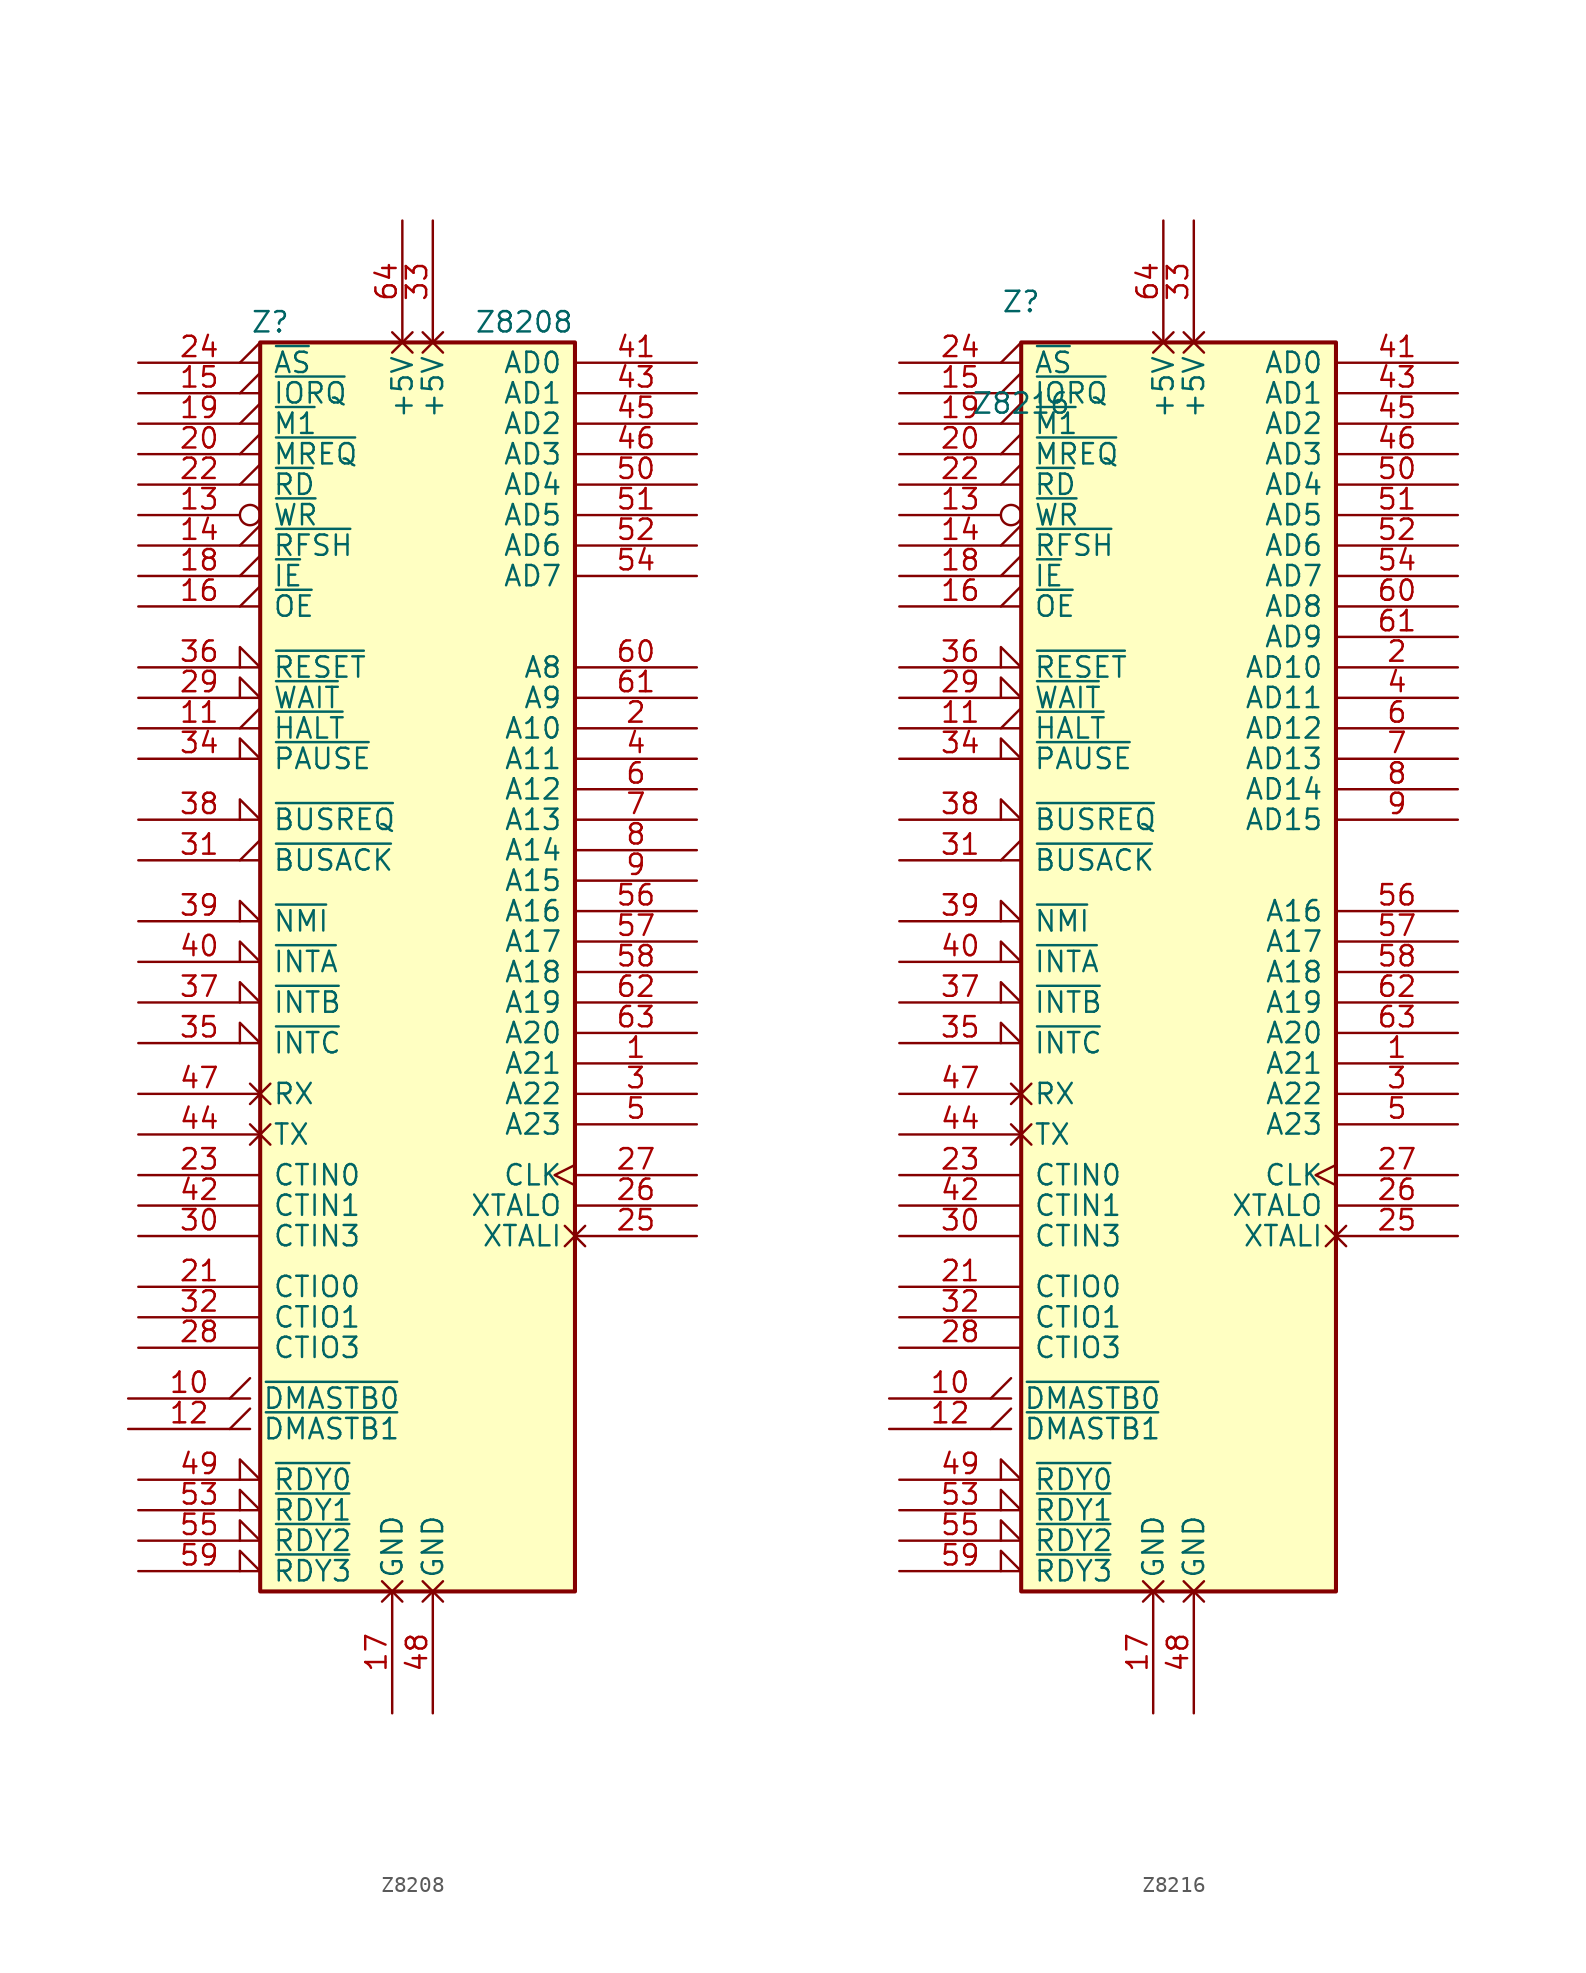
<source format=kicad_sym>
(kicad_symbol_lib
  (version 20211014)
  (generator kicad_symbol_editor)
  (symbol "Z8208"
    (pin_names
      (offset 0.762))
    (property "Reference" "Z"
      (at 0.635 1.27 0)
      (effects (font (size 1.27 1.27))))
    (property "Value" "Z8208"
      (at 16.51 1.27 0)
      (effects (font (size 1.27 1.27))))
    (symbol "Z8208_0_1"
      (rectangle (start 0 0) (end 19.685 -78.105) (stroke (width 0.254) (type default) (color 0 0 0 0)) (fill (type background))))
    (symbol "Z8208_1_1"
      (pin output line (at 27.305 -45.085 180) (length 7.62) (name "A21" (effects (font (size 1.27 1.27)))) (number "1" (effects (font (size 1.27 1.27)))))
      (pin output output_low (at -8.255 -66.04 0) (length 7.62) (name "~{DMASTB0}" (effects (font (size 1.27 1.27)))) (number "10" (effects (font (size 1.27 1.27)))))
      (pin output output_low (at -7.62 -24.13 0) (length 7.62) (name "~{HALT}" (effects (font (size 1.27 1.27)))) (number "11" (effects (font (size 1.27 1.27)))))
      (pin output output_low (at -8.255 -67.945 0) (length 7.62) (name "~{DMASTB1}" (effects (font (size 1.27 1.27)))) (number "12" (effects (font (size 1.27 1.27)))))
      (pin output inverted (at -7.62 -10.795 0) (length 7.62) (name "~{WR}" (effects (font (size 1.27 1.27)))) (number "13" (effects (font (size 1.27 1.27)))))
      (pin output output_low (at -7.62 -12.7 0) (length 7.62) (name "~{RFSH}" (effects (font (size 1.27 1.27)))) (number "14" (effects (font (size 1.27 1.27)))))
      (pin output output_low (at -7.62 -3.175 0) (length 7.62) (name "~{IORQ}" (effects (font (size 1.27 1.27)))) (number "15" (effects (font (size 1.27 1.27)))))
      (pin output output_low (at -7.62 -16.51 0) (length 7.62) (name "~{OE}" (effects (font (size 1.27 1.27)))) (number "16" (effects (font (size 1.27 1.27)))))
      (pin power_in non_logic (at 8.255 -85.725 90) (length 7.62) (name "GND" (effects (font (size 1.27 1.27)))) (number "17" (effects (font (size 1.27 1.27)))))
      (pin output output_low (at -7.62 -14.605 0) (length 7.62) (name "~{IE}" (effects (font (size 1.27 1.27)))) (number "18" (effects (font (size 1.27 1.27)))))
      (pin output output_low (at -7.62 -5.08 0) (length 7.62) (name "~{M1}" (effects (font (size 1.27 1.27)))) (number "19" (effects (font (size 1.27 1.27)))))
      (pin output line (at 27.305 -24.13 180) (length 7.62) (name "A10" (effects (font (size 1.27 1.27)))) (number "2" (effects (font (size 1.27 1.27)))))
      (pin output output_low (at -7.62 -6.985 0) (length 7.62) (name "~{MREQ}" (effects (font (size 1.27 1.27)))) (number "20" (effects (font (size 1.27 1.27)))))
      (pin bidirectional line (at -7.62 -59.055 0) (length 7.62) (name "CTIO0" (effects (font (size 1.27 1.27)))) (number "21" (effects (font (size 1.27 1.27)))))
      (pin output output_low (at -7.62 -8.89 0) (length 7.62) (name "~{RD}" (effects (font (size 1.27 1.27)))) (number "22" (effects (font (size 1.27 1.27)))))
      (pin input line (at -7.62 -52.07 0) (length 7.62) (name "CTIN0" (effects (font (size 1.27 1.27)))) (number "23" (effects (font (size 1.27 1.27)))))
      (pin output output_low (at -7.62 -1.27 0) (length 7.62) (name "~{AS}" (effects (font (size 1.27 1.27)))) (number "24" (effects (font (size 1.27 1.27)))))
      (pin input non_logic (at 27.305 -55.88 180) (length 7.62) (name "XTALI" (effects (font (size 1.27 1.27)))) (number "25" (effects (font (size 1.27 1.27)))))
      (pin output line (at 27.305 -53.975 180) (length 7.62) (name "XTALO" (effects (font (size 1.27 1.27)))) (number "26" (effects (font (size 1.27 1.27)))))
      (pin output clock (at 27.305 -52.07 180) (length 7.62) (name "CLK" (effects (font (size 1.27 1.27)))) (number "27" (effects (font (size 1.27 1.27)))))
      (pin bidirectional line (at -7.62 -62.865 0) (length 7.62) (name "CTIO3" (effects (font (size 1.27 1.27)))) (number "28" (effects (font (size 1.27 1.27)))))
      (pin input input_low (at -7.62 -22.225 0) (length 7.62) (name "~{WAIT}" (effects (font (size 1.27 1.27)))) (number "29" (effects (font (size 1.27 1.27)))))
      (pin output line (at 27.305 -46.99 180) (length 7.62) (name "A22" (effects (font (size 1.27 1.27)))) (number "3" (effects (font (size 1.27 1.27)))))
      (pin input line (at -7.62 -55.88 0) (length 7.62) (name "CTIN3" (effects (font (size 1.27 1.27)))) (number "30" (effects (font (size 1.27 1.27)))))
      (pin output output_low (at -7.62 -32.385 0) (length 7.62) (name "~{BUSACK}" (effects (font (size 1.27 1.27)))) (number "31" (effects (font (size 1.27 1.27)))))
      (pin bidirectional line (at -7.62 -60.96 0) (length 7.62) (name "CTIO1" (effects (font (size 1.27 1.27)))) (number "32" (effects (font (size 1.27 1.27)))))
      (pin power_in non_logic (at 10.795 7.62 270) (length 7.62) (name "+5V" (effects (font (size 1.27 1.27)))) (number "33" (effects (font (size 1.27 1.27)))))
      (pin input input_low (at -7.62 -26.035 0) (length 7.62) (name "~{PAUSE}" (effects (font (size 1.27 1.27)))) (number "34" (effects (font (size 1.27 1.27)))))
      (pin input input_low (at -7.62 -43.815 0) (length 7.62) (name "~{INTC}" (effects (font (size 1.27 1.27)))) (number "35" (effects (font (size 1.27 1.27)))))
      (pin input input_low (at -7.62 -20.32 0) (length 7.62) (name "~{RESET}" (effects (font (size 1.27 1.27)))) (number "36" (effects (font (size 1.27 1.27)))))
      (pin input input_low (at -7.62 -41.275 0) (length 7.62) (name "~{INTB}" (effects (font (size 1.27 1.27)))) (number "37" (effects (font (size 1.27 1.27)))))
      (pin input input_low (at -7.62 -29.845 0) (length 7.62) (name "~{BUSREQ}" (effects (font (size 1.27 1.27)))) (number "38" (effects (font (size 1.27 1.27)))))
      (pin input input_low (at -7.62 -36.195 0) (length 7.62) (name "~{NMI}" (effects (font (size 1.27 1.27)))) (number "39" (effects (font (size 1.27 1.27)))))
      (pin output line (at 27.305 -26.035 180) (length 7.62) (name "A11" (effects (font (size 1.27 1.27)))) (number "4" (effects (font (size 1.27 1.27)))))
      (pin input input_low (at -7.62 -38.735 0) (length 7.62) (name "~{INTA}" (effects (font (size 1.27 1.27)))) (number "40" (effects (font (size 1.27 1.27)))))
      (pin bidirectional line (at 27.305 -1.27 180) (length 7.62) (name "AD0" (effects (font (size 1.27 1.27)))) (number "41" (effects (font (size 1.27 1.27)))))
      (pin input line (at -7.62 -53.975 0) (length 7.62) (name "CTIN1" (effects (font (size 1.27 1.27)))) (number "42" (effects (font (size 1.27 1.27)))))
      (pin bidirectional line (at 27.305 -3.175 180) (length 7.62) (name "AD1" (effects (font (size 1.27 1.27)))) (number "43" (effects (font (size 1.27 1.27)))))
      (pin output non_logic (at -7.62 -49.53 0) (length 7.62) (name "TX" (effects (font (size 1.27 1.27)))) (number "44" (effects (font (size 1.27 1.27)))))
      (pin bidirectional line (at 27.305 -5.08 180) (length 7.62) (name "AD2" (effects (font (size 1.27 1.27)))) (number "45" (effects (font (size 1.27 1.27)))))
      (pin bidirectional line (at 27.305 -6.985 180) (length 7.62) (name "AD3" (effects (font (size 1.27 1.27)))) (number "46" (effects (font (size 1.27 1.27)))))
      (pin input non_logic (at -7.62 -46.99 0) (length 7.62) (name "RX" (effects (font (size 1.27 1.27)))) (number "47" (effects (font (size 1.27 1.27)))))
      (pin power_in non_logic (at 10.795 -85.725 90) (length 7.62) (name "GND" (effects (font (size 1.27 1.27)))) (number "48" (effects (font (size 1.27 1.27)))))
      (pin input input_low (at -7.62 -71.12 0) (length 7.62) (name "~{RDY0}" (effects (font (size 1.27 1.27)))) (number "49" (effects (font (size 1.27 1.27)))))
      (pin output line (at 27.305 -48.895 180) (length 7.62) (name "A23" (effects (font (size 1.27 1.27)))) (number "5" (effects (font (size 1.27 1.27)))))
      (pin bidirectional line (at 27.305 -8.89 180) (length 7.62) (name "AD4" (effects (font (size 1.27 1.27)))) (number "50" (effects (font (size 1.27 1.27)))))
      (pin bidirectional line (at 27.305 -10.795 180) (length 7.62) (name "AD5" (effects (font (size 1.27 1.27)))) (number "51" (effects (font (size 1.27 1.27)))))
      (pin bidirectional line (at 27.305 -12.7 180) (length 7.62) (name "AD6" (effects (font (size 1.27 1.27)))) (number "52" (effects (font (size 1.27 1.27)))))
      (pin input input_low (at -7.62 -73.025 0) (length 7.62) (name "~{RDY1}" (effects (font (size 1.27 1.27)))) (number "53" (effects (font (size 1.27 1.27)))))
      (pin bidirectional line (at 27.305 -14.605 180) (length 7.62) (name "AD7" (effects (font (size 1.27 1.27)))) (number "54" (effects (font (size 1.27 1.27)))))
      (pin input input_low (at -7.62 -74.93 0) (length 7.62) (name "~{RDY2}" (effects (font (size 1.27 1.27)))) (number "55" (effects (font (size 1.27 1.27)))))
      (pin output line (at 27.305 -35.56 180) (length 7.62) (name "A16" (effects (font (size 1.27 1.27)))) (number "56" (effects (font (size 1.27 1.27)))))
      (pin output line (at 27.305 -37.465 180) (length 7.62) (name "A17" (effects (font (size 1.27 1.27)))) (number "57" (effects (font (size 1.27 1.27)))))
      (pin output line (at 27.305 -39.37 180) (length 7.62) (name "A18" (effects (font (size 1.27 1.27)))) (number "58" (effects (font (size 1.27 1.27)))))
      (pin input input_low (at -7.62 -76.835 0) (length 7.62) (name "~{RDY3}" (effects (font (size 1.27 1.27)))) (number "59" (effects (font (size 1.27 1.27)))))
      (pin output line (at 27.305 -27.94 180) (length 7.62) (name "A12" (effects (font (size 1.27 1.27)))) (number "6" (effects (font (size 1.27 1.27)))))
      (pin output line (at 27.305 -20.32 180) (length 7.62) (name "A8" (effects (font (size 1.27 1.27)))) (number "60" (effects (font (size 1.27 1.27)))))
      (pin output line (at 27.305 -22.225 180) (length 7.62) (name "A9" (effects (font (size 1.27 1.27)))) (number "61" (effects (font (size 1.27 1.27)))))
      (pin output line (at 27.305 -41.275 180) (length 7.62) (name "A19" (effects (font (size 1.27 1.27)))) (number "62" (effects (font (size 1.27 1.27)))))
      (pin output line (at 27.305 -43.18 180) (length 7.62) (name "A20" (effects (font (size 1.27 1.27)))) (number "63" (effects (font (size 1.27 1.27)))))
      (pin power_in non_logic (at 8.89 7.62 270) (length 7.62) (name "+5V" (effects (font (size 1.27 1.27)))) (number "64" (effects (font (size 1.27 1.27)))))
      (pin output line (at 27.305 -29.845 180) (length 7.62) (name "A13" (effects (font (size 1.27 1.27)))) (number "7" (effects (font (size 1.27 1.27)))))
      (pin output line (at 27.305 -31.75 180) (length 7.62) (name "A14" (effects (font (size 1.27 1.27)))) (number "8" (effects (font (size 1.27 1.27)))))
      (pin output line (at 27.305 -33.655 180) (length 7.62) (name "A15" (effects (font (size 1.27 1.27)))) (number "9" (effects (font (size 1.27 1.27)))))))
  (symbol "Z8216"
    (pin_names
      (offset 0.762))
    (property "Reference" "Z"
      (at 0 2.54 0)
      (effects (font (size 1.27 1.27))))
    (property "Value" "Z8216"
      (at 0 -3.81 0)
      (effects (font (size 1.27 1.27))))
    (symbol "Z8216_1_1"
      (rectangle (start 0 0) (end 19.685 -78.105) (stroke (width 0.254) (type default) (color 0 0 0 0)) (fill (type background)))
      (pin output line (at 27.305 -45.085 180) (length 7.62) (name "A21" (effects (font (size 1.27 1.27)))) (number "1" (effects (font (size 1.27 1.27)))))
      (pin output output_low (at -8.255 -66.04 0) (length 7.62) (name "~{DMASTB0}" (effects (font (size 1.27 1.27)))) (number "10" (effects (font (size 1.27 1.27)))))
      (pin output output_low (at -7.62 -24.13 0) (length 7.62) (name "~{HALT}" (effects (font (size 1.27 1.27)))) (number "11" (effects (font (size 1.27 1.27)))))
      (pin output output_low (at -8.255 -67.945 0) (length 7.62) (name "~{DMASTB1}" (effects (font (size 1.27 1.27)))) (number "12" (effects (font (size 1.27 1.27)))))
      (pin output inverted (at -7.62 -10.795 0) (length 7.62) (name "~{WR}" (effects (font (size 1.27 1.27)))) (number "13" (effects (font (size 1.27 1.27)))))
      (pin output output_low (at -7.62 -12.7 0) (length 7.62) (name "~{RFSH}" (effects (font (size 1.27 1.27)))) (number "14" (effects (font (size 1.27 1.27)))))
      (pin output output_low (at -7.62 -3.175 0) (length 7.62) (name "~{IORQ}" (effects (font (size 1.27 1.27)))) (number "15" (effects (font (size 1.27 1.27)))))
      (pin output output_low (at -7.62 -16.51 0) (length 7.62) (name "~{OE}" (effects (font (size 1.27 1.27)))) (number "16" (effects (font (size 1.27 1.27)))))
      (pin power_in non_logic (at 8.255 -85.725 90) (length 7.62) (name "GND" (effects (font (size 1.27 1.27)))) (number "17" (effects (font (size 1.27 1.27)))))
      (pin output output_low (at -7.62 -14.605 0) (length 7.62) (name "~{IE}" (effects (font (size 1.27 1.27)))) (number "18" (effects (font (size 1.27 1.27)))))
      (pin output output_low (at -7.62 -5.08 0) (length 7.62) (name "~{M1}" (effects (font (size 1.27 1.27)))) (number "19" (effects (font (size 1.27 1.27)))))
      (pin bidirectional line (at 27.305 -20.32 180) (length 7.62) (name "AD10" (effects (font (size 1.27 1.27)))) (number "2" (effects (font (size 1.27 1.27)))))
      (pin output output_low (at -7.62 -6.985 0) (length 7.62) (name "~{MREQ}" (effects (font (size 1.27 1.27)))) (number "20" (effects (font (size 1.27 1.27)))))
      (pin bidirectional line (at -7.62 -59.055 0) (length 7.62) (name "CTIO0" (effects (font (size 1.27 1.27)))) (number "21" (effects (font (size 1.27 1.27)))))
      (pin output output_low (at -7.62 -8.89 0) (length 7.62) (name "~{RD}" (effects (font (size 1.27 1.27)))) (number "22" (effects (font (size 1.27 1.27)))))
      (pin input line (at -7.62 -52.07 0) (length 7.62) (name "CTIN0" (effects (font (size 1.27 1.27)))) (number "23" (effects (font (size 1.27 1.27)))))
      (pin output output_low (at -7.62 -1.27 0) (length 7.62) (name "~{AS}" (effects (font (size 1.27 1.27)))) (number "24" (effects (font (size 1.27 1.27)))))
      (pin input non_logic (at 27.305 -55.88 180) (length 7.62) (name "XTALI" (effects (font (size 1.27 1.27)))) (number "25" (effects (font (size 1.27 1.27)))))
      (pin output line (at 27.305 -53.975 180) (length 7.62) (name "XTALO" (effects (font (size 1.27 1.27)))) (number "26" (effects (font (size 1.27 1.27)))))
      (pin output clock (at 27.305 -52.07 180) (length 7.62) (name "CLK" (effects (font (size 1.27 1.27)))) (number "27" (effects (font (size 1.27 1.27)))))
      (pin bidirectional line (at -7.62 -62.865 0) (length 7.62) (name "CTIO3" (effects (font (size 1.27 1.27)))) (number "28" (effects (font (size 1.27 1.27)))))
      (pin input input_low (at -7.62 -22.225 0) (length 7.62) (name "~{WAIT}" (effects (font (size 1.27 1.27)))) (number "29" (effects (font (size 1.27 1.27)))))
      (pin output line (at 27.305 -46.99 180) (length 7.62) (name "A22" (effects (font (size 1.27 1.27)))) (number "3" (effects (font (size 1.27 1.27)))))
      (pin input line (at -7.62 -55.88 0) (length 7.62) (name "CTIN3" (effects (font (size 1.27 1.27)))) (number "30" (effects (font (size 1.27 1.27)))))
      (pin output output_low (at -7.62 -32.385 0) (length 7.62) (name "~{BUSACK}" (effects (font (size 1.27 1.27)))) (number "31" (effects (font (size 1.27 1.27)))))
      (pin bidirectional line (at -7.62 -60.96 0) (length 7.62) (name "CTIO1" (effects (font (size 1.27 1.27)))) (number "32" (effects (font (size 1.27 1.27)))))
      (pin power_in non_logic (at 10.795 7.62 270) (length 7.62) (name "+5V" (effects (font (size 1.27 1.27)))) (number "33" (effects (font (size 1.27 1.27)))))
      (pin input input_low (at -7.62 -26.035 0) (length 7.62) (name "~{PAUSE}" (effects (font (size 1.27 1.27)))) (number "34" (effects (font (size 1.27 1.27)))))
      (pin input input_low (at -7.62 -43.815 0) (length 7.62) (name "~{INTC}" (effects (font (size 1.27 1.27)))) (number "35" (effects (font (size 1.27 1.27)))))
      (pin input input_low (at -7.62 -20.32 0) (length 7.62) (name "~{RESET}" (effects (font (size 1.27 1.27)))) (number "36" (effects (font (size 1.27 1.27)))))
      (pin input input_low (at -7.62 -41.275 0) (length 7.62) (name "~{INTB}" (effects (font (size 1.27 1.27)))) (number "37" (effects (font (size 1.27 1.27)))))
      (pin input input_low (at -7.62 -29.845 0) (length 7.62) (name "~{BUSREQ}" (effects (font (size 1.27 1.27)))) (number "38" (effects (font (size 1.27 1.27)))))
      (pin input input_low (at -7.62 -36.195 0) (length 7.62) (name "~{NMI}" (effects (font (size 1.27 1.27)))) (number "39" (effects (font (size 1.27 1.27)))))
      (pin bidirectional line (at 27.305 -22.225 180) (length 7.62) (name "AD11" (effects (font (size 1.27 1.27)))) (number "4" (effects (font (size 1.27 1.27)))))
      (pin input input_low (at -7.62 -38.735 0) (length 7.62) (name "~{INTA}" (effects (font (size 1.27 1.27)))) (number "40" (effects (font (size 1.27 1.27)))))
      (pin bidirectional line (at 27.305 -1.27 180) (length 7.62) (name "AD0" (effects (font (size 1.27 1.27)))) (number "41" (effects (font (size 1.27 1.27)))))
      (pin input line (at -7.62 -53.975 0) (length 7.62) (name "CTIN1" (effects (font (size 1.27 1.27)))) (number "42" (effects (font (size 1.27 1.27)))))
      (pin bidirectional line (at 27.305 -3.175 180) (length 7.62) (name "AD1" (effects (font (size 1.27 1.27)))) (number "43" (effects (font (size 1.27 1.27)))))
      (pin output non_logic (at -7.62 -49.53 0) (length 7.62) (name "TX" (effects (font (size 1.27 1.27)))) (number "44" (effects (font (size 1.27 1.27)))))
      (pin bidirectional line (at 27.305 -5.08 180) (length 7.62) (name "AD2" (effects (font (size 1.27 1.27)))) (number "45" (effects (font (size 1.27 1.27)))))
      (pin bidirectional line (at 27.305 -6.985 180) (length 7.62) (name "AD3" (effects (font (size 1.27 1.27)))) (number "46" (effects (font (size 1.27 1.27)))))
      (pin input non_logic (at -7.62 -46.99 0) (length 7.62) (name "RX" (effects (font (size 1.27 1.27)))) (number "47" (effects (font (size 1.27 1.27)))))
      (pin power_in non_logic (at 10.795 -85.725 90) (length 7.62) (name "GND" (effects (font (size 1.27 1.27)))) (number "48" (effects (font (size 1.27 1.27)))))
      (pin input input_low (at -7.62 -71.12 0) (length 7.62) (name "~{RDY0}" (effects (font (size 1.27 1.27)))) (number "49" (effects (font (size 1.27 1.27)))))
      (pin output line (at 27.305 -48.895 180) (length 7.62) (name "A23" (effects (font (size 1.27 1.27)))) (number "5" (effects (font (size 1.27 1.27)))))
      (pin bidirectional line (at 27.305 -8.89 180) (length 7.62) (name "AD4" (effects (font (size 1.27 1.27)))) (number "50" (effects (font (size 1.27 1.27)))))
      (pin bidirectional line (at 27.305 -10.795 180) (length 7.62) (name "AD5" (effects (font (size 1.27 1.27)))) (number "51" (effects (font (size 1.27 1.27)))))
      (pin bidirectional line (at 27.305 -12.7 180) (length 7.62) (name "AD6" (effects (font (size 1.27 1.27)))) (number "52" (effects (font (size 1.27 1.27)))))
      (pin input input_low (at -7.62 -73.025 0) (length 7.62) (name "~{RDY1}" (effects (font (size 1.27 1.27)))) (number "53" (effects (font (size 1.27 1.27)))))
      (pin bidirectional line (at 27.305 -14.605 180) (length 7.62) (name "AD7" (effects (font (size 1.27 1.27)))) (number "54" (effects (font (size 1.27 1.27)))))
      (pin input input_low (at -7.62 -74.93 0) (length 7.62) (name "~{RDY2}" (effects (font (size 1.27 1.27)))) (number "55" (effects (font (size 1.27 1.27)))))
      (pin output line (at 27.305 -35.56 180) (length 7.62) (name "A16" (effects (font (size 1.27 1.27)))) (number "56" (effects (font (size 1.27 1.27)))))
      (pin output line (at 27.305 -37.465 180) (length 7.62) (name "A17" (effects (font (size 1.27 1.27)))) (number "57" (effects (font (size 1.27 1.27)))))
      (pin output line (at 27.305 -39.37 180) (length 7.62) (name "A18" (effects (font (size 1.27 1.27)))) (number "58" (effects (font (size 1.27 1.27)))))
      (pin input input_low (at -7.62 -76.835 0) (length 7.62) (name "~{RDY3}" (effects (font (size 1.27 1.27)))) (number "59" (effects (font (size 1.27 1.27)))))
      (pin bidirectional line (at 27.305 -24.13 180) (length 7.62) (name "AD12" (effects (font (size 1.27 1.27)))) (number "6" (effects (font (size 1.27 1.27)))))
      (pin bidirectional line (at 27.305 -16.51 180) (length 7.62) (name "AD8" (effects (font (size 1.27 1.27)))) (number "60" (effects (font (size 1.27 1.27)))))
      (pin bidirectional line (at 27.305 -18.415 180) (length 7.62) (name "AD9" (effects (font (size 1.27 1.27)))) (number "61" (effects (font (size 1.27 1.27)))))
      (pin output line (at 27.305 -41.275 180) (length 7.62) (name "A19" (effects (font (size 1.27 1.27)))) (number "62" (effects (font (size 1.27 1.27)))))
      (pin output line (at 27.305 -43.18 180) (length 7.62) (name "A20" (effects (font (size 1.27 1.27)))) (number "63" (effects (font (size 1.27 1.27)))))
      (pin power_in non_logic (at 8.89 7.62 270) (length 7.62) (name "+5V" (effects (font (size 1.27 1.27)))) (number "64" (effects (font (size 1.27 1.27)))))
      (pin bidirectional line (at 27.305 -26.035 180) (length 7.62) (name "AD13" (effects (font (size 1.27 1.27)))) (number "7" (effects (font (size 1.27 1.27)))))
      (pin bidirectional line (at 27.305 -27.94 180) (length 7.62) (name "AD14" (effects (font (size 1.27 1.27)))) (number "8" (effects (font (size 1.27 1.27)))))
      (pin bidirectional line (at 27.305 -29.845 180) (length 7.62) (name "AD15" (effects (font (size 1.27 1.27)))) (number "9" (effects (font (size 1.27 1.27))))))))
</source>
